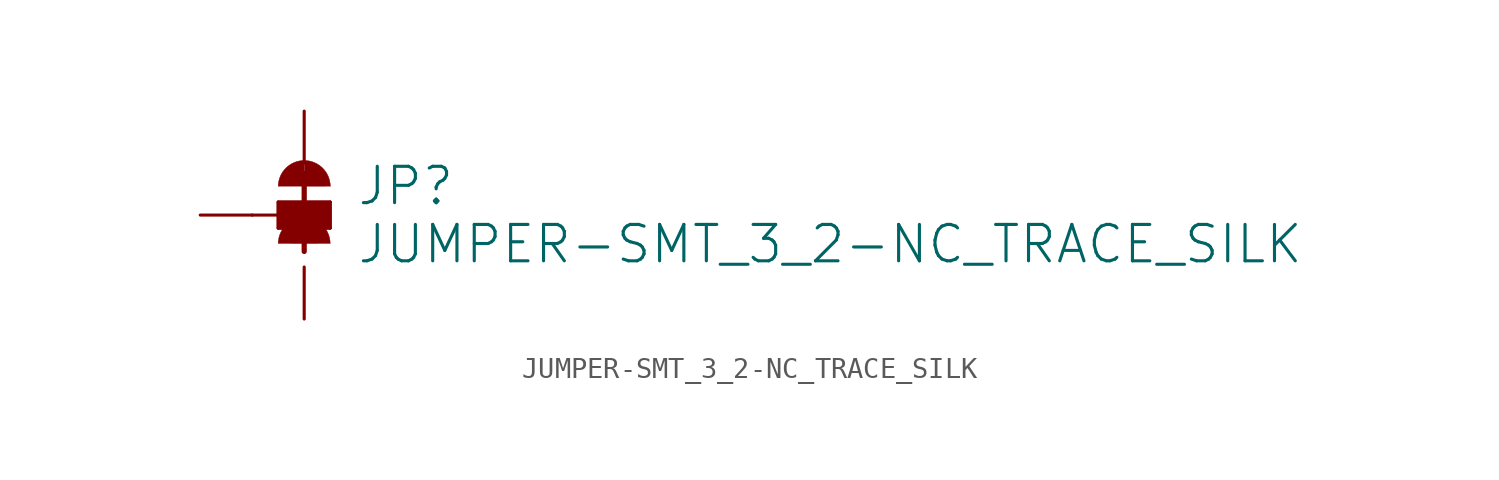
<source format=kicad_sym>
(kicad_symbol_lib
  (version 20211014)
  (generator kicad_symbol_editor)
  (symbol "JUMPER-SMT_3_2-NC_TRACE_SILK"
    (property "Reference" "JP"
      (at 2.54 0.381 0)
      (effects (font (size 1.778 1.778)) (justify left bottom)))
    (property "Value" "JUMPER-SMT_3_2-NC_TRACE_SILK"
      (at 2.54 -0.381 0)
      (effects (font (size 1.778 1.778)) (justify left top)))
    (property "ki_locked" ""
      (at 0 0 0)
      (effects (font (size 1.27 1.27))))
    (symbol "JUMPER-SMT_3_2-NC_TRACE_SILK_1_0"
      (rectangle (start -1.27 -0.635) (end 1.27 0.635) (stroke (width 0) (type default) (color 0 0 0 0)) (fill (type outline)))
      (polyline (pts (xy -2.54 0) (xy -1.27 0)) (stroke (width 0.152) (type default) (color 0 0 0 0)) (fill (type none)))
      (polyline (pts (xy -1.27 -0.635) (xy -1.27 0)) (stroke (width 0.152) (type default) (color 0 0 0 0)) (fill (type none)))
      (polyline (pts (xy -1.27 0) (xy -1.27 0.635)) (stroke (width 0.152) (type default) (color 0 0 0 0)) (fill (type none)))
      (polyline (pts (xy -1.27 0.635) (xy 1.27 0.635)) (stroke (width 0.152) (type default) (color 0 0 0 0)) (fill (type none)))
      (polyline (pts (xy 0 2.032) (xy 0 -1.778)) (stroke (width 0.254) (type default) (color 0 0 0 0)) (fill (type none)))
      (polyline (pts (xy 1.27 -0.635) (xy -1.27 -0.635)) (stroke (width 0.152) (type default) (color 0 0 0 0)) (fill (type none)))
      (polyline (pts (xy 1.27 0.635) (xy 1.27 -0.635)) (stroke (width 0.152) (type default) (color 0 0 0 0)) (fill (type none)))
      (arc (start 0 2.667) (mid -0.898 2.295) (end -1.27 1.397) (stroke (width 0.0001) (type default) (color 0 0 0 0)) (fill (type outline)))
      (arc (start 1.27 -1.397) (mid 0 -0.127) (end -1.27 -1.397) (stroke (width 0.0001) (type default) (color 0 0 0 0)) (fill (type outline)))
      (arc (start 1.27 1.397) (mid 0.898 2.295) (end 0 2.667) (stroke (width 0.0001) (type default) (color 0 0 0 0)) (fill (type outline)))
      (pin passive line (at 0 5.08 270) (length 2.54) (name "1" (effects (font (size 0 0)))) (number "1" (effects (font (size 0 0)))))
      (pin passive line (at -5.08 0 0) (length 2.54) (name "2" (effects (font (size 0 0)))) (number "2" (effects (font (size 0 0)))))
      (pin passive line (at 0 -5.08 90) (length 2.54) (name "3" (effects (font (size 0 0)))) (number "3" (effects (font (size 0 0))))))))
</source>
